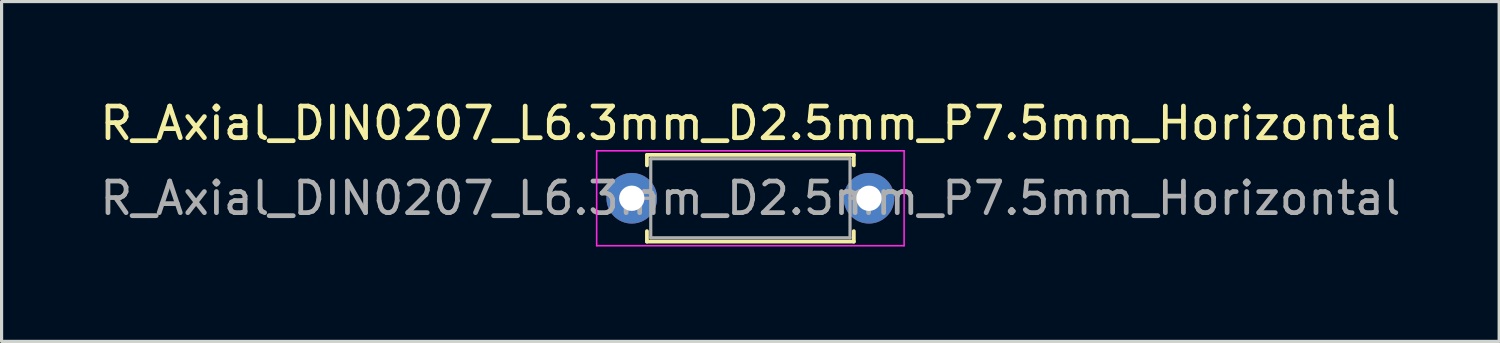
<source format=kicad_pcb>
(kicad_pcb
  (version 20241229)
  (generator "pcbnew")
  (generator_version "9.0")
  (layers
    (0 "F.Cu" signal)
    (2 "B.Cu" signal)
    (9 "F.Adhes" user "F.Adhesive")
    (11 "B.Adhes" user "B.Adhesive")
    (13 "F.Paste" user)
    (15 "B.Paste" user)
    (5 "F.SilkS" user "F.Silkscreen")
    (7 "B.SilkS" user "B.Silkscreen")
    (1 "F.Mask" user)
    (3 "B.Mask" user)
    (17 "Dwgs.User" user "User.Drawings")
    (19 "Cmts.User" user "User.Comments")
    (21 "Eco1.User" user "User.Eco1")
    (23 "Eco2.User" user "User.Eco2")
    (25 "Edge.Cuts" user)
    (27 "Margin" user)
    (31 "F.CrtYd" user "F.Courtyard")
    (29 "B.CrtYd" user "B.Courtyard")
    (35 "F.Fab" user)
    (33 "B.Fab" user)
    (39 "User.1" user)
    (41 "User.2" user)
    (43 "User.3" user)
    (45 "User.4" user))
  (footprint "R_Axial_DIN0207_L6.3mm_D2.5mm_P7.5mm_Horizontal"
    (layer "F.Cu")
    (at 16.923 3.218)
    (property "Reference" "R_Axial_DIN0207_L6.3mm_D2.5mm_P7.5mm_Horizontal" (at 3.75 -2.37 0) (layer "F.SilkS") (effects (font (size 1 1) (thickness 0.15))))
    (attr through_hole)
    (fp_line (start 0.48 -1.37) (end 7.02 -1.37) (stroke (width 0.12) (type solid)) (layer "F.SilkS"))
    (fp_line (start 0.48 -1.04) (end 0.48 -1.37) (stroke (width 0.12) (type solid)) (layer "F.SilkS"))
    (fp_line (start 0.48 1.04) (end 0.48 1.37) (stroke (width 0.12) (type solid)) (layer "F.SilkS"))
    (fp_line (start 0.48 1.37) (end 7.02 1.37) (stroke (width 0.12) (type solid)) (layer "F.SilkS"))
    (fp_line (start 7.02 -1.37) (end 7.02 -1.04) (stroke (width 0.12) (type solid)) (layer "F.SilkS"))
    (fp_line (start 7.02 1.37) (end 7.02 1.04) (stroke (width 0.12) (type solid)) (layer "F.SilkS"))
    (fp_line (start -1.11 -1.5) (end -1.11 1.5) (stroke (width 0.05) (type solid)) (layer "F.CrtYd"))
    (fp_line (start -1.11 1.5) (end 8.61 1.5) (stroke (width 0.05) (type solid)) (layer "F.CrtYd"))
    (fp_line (start 8.61 -1.5) (end -1.11 -1.5) (stroke (width 0.05) (type solid)) (layer "F.CrtYd"))
    (fp_line (start 8.61 1.5) (end 8.61 -1.5) (stroke (width 0.05) (type solid)) (layer "F.CrtYd"))
    (fp_line (start -0.06 0) (end 0.6 0) (stroke (width 0.1) (type solid)) (layer "F.Fab"))
    (fp_line (start 0.6 -1.25) (end 0.6 1.25) (stroke (width 0.1) (type solid)) (layer "F.Fab"))
    (fp_line (start 0.6 1.25) (end 6.9 1.25) (stroke (width 0.1) (type solid)) (layer "F.Fab"))
    (fp_line (start 6.9 -1.25) (end 0.6 -1.25) (stroke (width 0.1) (type solid)) (layer "F.Fab"))
    (fp_line (start 6.9 1.25) (end 6.9 -1.25) (stroke (width 0.1) (type solid)) (layer "F.Fab"))
    (fp_line (start 7.56 0) (end 6.9 0) (stroke (width 0.1) (type solid)) (layer "F.Fab"))
    (fp_text user "${REFERENCE}" (at 3.75 0 0) (layer "F.Fab") (effects (font (size 1 1) (thickness 0.15))))
    (pad "1" thru_hole circle (at 0 0) (size 1.6 1.6) (drill 0.8) (layers "*.Cu" "*.Mask"))
    (pad "2" thru_hole oval (at 7.5 0) (size 1.6 1.6) (drill 0.8) (layers "*.Cu" "*.Mask")))
  (gr_rect
    (start -3 -3)
    (end 44.345 7.743)
    (stroke (width 0.1) (type default))
    (fill no)
    (layer "Edge.Cuts")))
</source>
